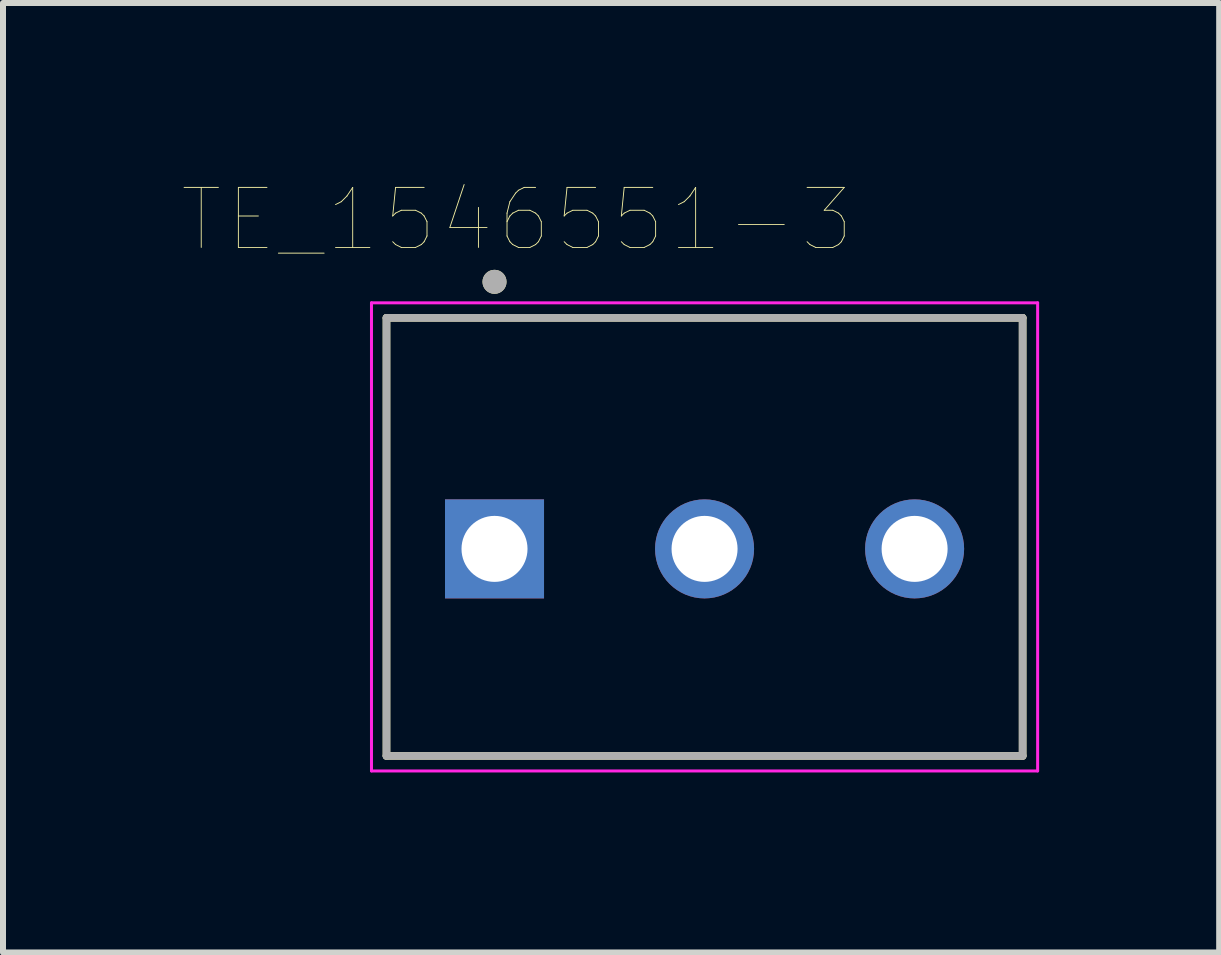
<source format=kicad_pcb>
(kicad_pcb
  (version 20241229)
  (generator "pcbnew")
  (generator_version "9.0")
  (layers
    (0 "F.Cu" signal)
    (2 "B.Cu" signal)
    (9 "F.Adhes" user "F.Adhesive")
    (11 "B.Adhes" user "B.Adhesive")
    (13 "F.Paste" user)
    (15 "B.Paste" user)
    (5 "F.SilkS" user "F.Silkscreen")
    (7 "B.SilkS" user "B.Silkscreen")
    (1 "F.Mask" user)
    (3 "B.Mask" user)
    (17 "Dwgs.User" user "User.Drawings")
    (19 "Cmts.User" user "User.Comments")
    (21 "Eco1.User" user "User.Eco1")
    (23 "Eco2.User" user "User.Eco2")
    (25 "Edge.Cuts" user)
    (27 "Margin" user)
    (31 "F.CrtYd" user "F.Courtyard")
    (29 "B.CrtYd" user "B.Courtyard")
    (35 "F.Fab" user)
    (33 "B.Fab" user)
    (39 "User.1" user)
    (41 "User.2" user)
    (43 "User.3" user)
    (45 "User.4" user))
  (footprint "TE_1546551-3"
    (layer "F.Cu")
    (at 8.69 6.096)
    (property "Reference" "TE_1546551-3" (at -3.125 -5.485 0) (layer "F.SilkS") (effects (font (size 1 1) (thickness 0.015))))
    (attr through_hole)
    (fp_line (start -5.3 -3.85) (end 5.3 -3.85) (stroke (width 0.127) (type solid)) (layer "F.SilkS"))
    (fp_line (start -5.3 3.45) (end -5.3 -3.85) (stroke (width 0.127) (type solid)) (layer "F.SilkS"))
    (fp_line (start 5.3 -3.85) (end 5.3 3.45) (stroke (width 0.127) (type solid)) (layer "F.SilkS"))
    (fp_line (start 5.3 3.45) (end -5.3 3.45) (stroke (width 0.127) (type solid)) (layer "F.SilkS"))
    (fp_circle (center -3.5 -4.45) (end -3.4 -4.45) (stroke (width 0.2) (type solid)) (fill no) (layer "F.SilkS"))
    (fp_line (start -5.55 -4.1) (end 5.55 -4.1) (stroke (width 0.05) (type solid)) (layer "F.CrtYd"))
    (fp_line (start -5.55 3.7) (end -5.55 -4.1) (stroke (width 0.05) (type solid)) (layer "F.CrtYd"))
    (fp_line (start 5.55 -4.1) (end 5.55 3.7) (stroke (width 0.05) (type solid)) (layer "F.CrtYd"))
    (fp_line (start 5.55 3.7) (end -5.55 3.7) (stroke (width 0.05) (type solid)) (layer "F.CrtYd"))
    (fp_line (start -5.3 -3.85) (end 5.3 -3.85) (stroke (width 0.127) (type solid)) (layer "F.Fab"))
    (fp_line (start -5.3 3.45) (end -5.3 -3.85) (stroke (width 0.127) (type solid)) (layer "F.Fab"))
    (fp_line (start 5.3 -3.85) (end 5.3 3.45) (stroke (width 0.127) (type solid)) (layer "F.Fab"))
    (fp_line (start 5.3 3.45) (end -5.3 3.45) (stroke (width 0.127) (type solid)) (layer "F.Fab"))
    (fp_circle (center -3.5 -4.45) (end -3.4 -4.45) (stroke (width 0.2) (type solid)) (fill no) (layer "F.Fab"))
    (pad "1" thru_hole rect (at -3.5 0) (size 1.65 1.65) (drill 1.1) (layers "*.Cu" "*.Mask"))
    (pad "2" thru_hole circle (at 0 0) (size 1.65 1.65) (drill 1.1) (layers "*.Cu" "*.Mask"))
    (pad "3" thru_hole circle (at 3.5 0) (size 1.65 1.65) (drill 1.1) (layers "*.Cu" "*.Mask")))
  (gr_rect
    (start -3 -3)
    (end 17.265 12.821)
    (stroke (width 0.1) (type default))
    (fill no)
    (layer "Edge.Cuts")))
</source>
